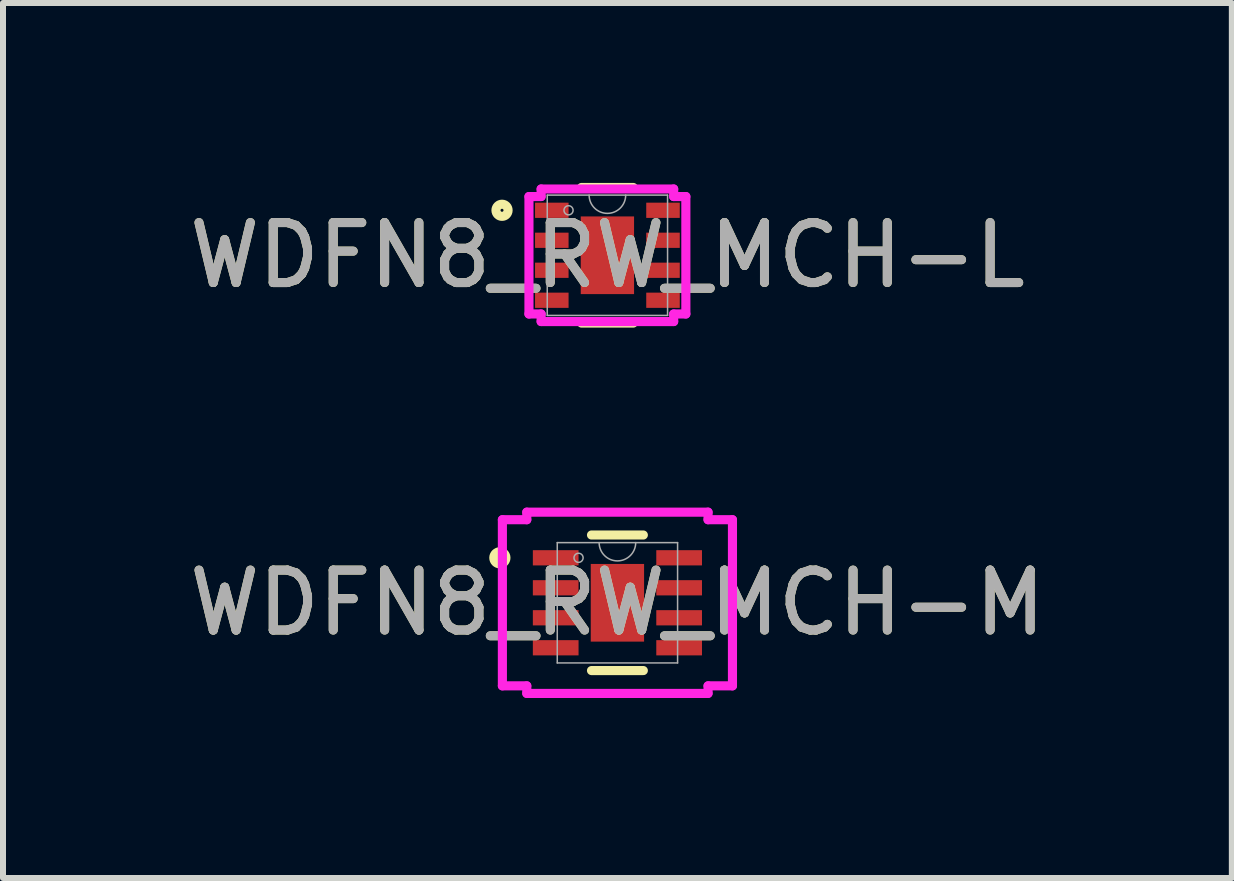
<source format=kicad_pcb>
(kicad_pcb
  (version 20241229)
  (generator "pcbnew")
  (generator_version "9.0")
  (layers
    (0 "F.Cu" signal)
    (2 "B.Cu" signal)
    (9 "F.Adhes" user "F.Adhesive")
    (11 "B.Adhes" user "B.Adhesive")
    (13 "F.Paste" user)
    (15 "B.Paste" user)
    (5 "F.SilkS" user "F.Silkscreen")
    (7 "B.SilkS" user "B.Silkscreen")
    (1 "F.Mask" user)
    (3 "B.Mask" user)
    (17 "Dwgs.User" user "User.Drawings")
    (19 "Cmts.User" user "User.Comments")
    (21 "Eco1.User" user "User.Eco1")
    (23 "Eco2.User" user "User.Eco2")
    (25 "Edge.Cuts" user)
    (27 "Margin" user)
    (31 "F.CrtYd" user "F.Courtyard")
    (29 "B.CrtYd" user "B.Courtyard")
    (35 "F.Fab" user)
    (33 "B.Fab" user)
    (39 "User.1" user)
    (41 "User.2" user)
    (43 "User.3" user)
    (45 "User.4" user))
  (footprint "WDFN8_RW_MCH-L"
    (layer "F.Cu")
    (at 7.077 1.206)
    (property "Reference" "WDFN8_RW_MCH-L" (at 0 0 0) (unlocked yes) (layer "F.SilkS") (effects (font (size 1 1) (thickness 0.15))))
    (attr smd)
    (fp_line (start -0.432 1.13) (end 0.432 1.13) (stroke (width 0.152) (type solid)) (layer "F.SilkS"))
    (fp_line (start 0.432 -1.13) (end -0.432 -1.13) (stroke (width 0.152) (type solid)) (layer "F.SilkS"))
    (fp_circle (center -1.757 -0.75) (end -1.656 -0.75) (stroke (width 0.152) (type solid)) (fill no) (layer "F.SilkS"))
    (fp_line (start -1.308 -0.979) (end -1.105 -0.979) (stroke (width 0.152) (type solid)) (layer "F.CrtYd"))
    (fp_line (start -1.308 0.979) (end -1.308 -0.979) (stroke (width 0.152) (type solid)) (layer "F.CrtYd"))
    (fp_line (start -1.308 0.979) (end -1.105 0.979) (stroke (width 0.152) (type solid)) (layer "F.CrtYd"))
    (fp_line (start -1.105 -1.105) (end 1.105 -1.105) (stroke (width 0.152) (type solid)) (layer "F.CrtYd"))
    (fp_line (start -1.105 -0.979) (end -1.105 -1.105) (stroke (width 0.152) (type solid)) (layer "F.CrtYd"))
    (fp_line (start -1.105 1.105) (end -1.105 0.979) (stroke (width 0.152) (type solid)) (layer "F.CrtYd"))
    (fp_line (start 1.105 -1.105) (end 1.105 -0.979) (stroke (width 0.152) (type solid)) (layer "F.CrtYd"))
    (fp_line (start 1.105 0.979) (end 1.105 1.105) (stroke (width 0.152) (type solid)) (layer "F.CrtYd"))
    (fp_line (start 1.105 1.105) (end -1.105 1.105) (stroke (width 0.152) (type solid)) (layer "F.CrtYd"))
    (fp_line (start 1.308 -0.979) (end 1.105 -0.979) (stroke (width 0.152) (type solid)) (layer "F.CrtYd"))
    (fp_line (start 1.308 -0.979) (end 1.308 0.979) (stroke (width 0.152) (type solid)) (layer "F.CrtYd"))
    (fp_line (start 1.308 0.979) (end 1.105 0.979) (stroke (width 0.152) (type solid)) (layer "F.CrtYd"))
    (fp_line (start -1.003 -1.003) (end -1.003 1.003) (stroke (width 0.025) (type solid)) (layer "F.Fab"))
    (fp_line (start -1.003 1.003) (end 1.003 1.003) (stroke (width 0.025) (type solid)) (layer "F.Fab"))
    (fp_line (start 1.003 -1.003) (end -1.003 -1.003) (stroke (width 0.025) (type solid)) (layer "F.Fab"))
    (fp_line (start 1.003 1.003) (end 1.003 -1.003) (stroke (width 0.025) (type solid)) (layer "F.Fab"))
    (fp_arc (start 0.3048 -1.0033) (mid 0 -0.6985) (end -0.3048 -1.0033) (stroke (width 0.0254) (type solid)) (layer "F.Fab"))
    (fp_circle (center -0.648 -0.75) (end -0.572 -0.75) (stroke (width 0.025) (type solid)) (fill no) (layer "F.Fab"))
    (fp_text user "${REFERENCE}" (at 0 0 0) (unlocked yes) (layer "F.Fab") (effects (font (size 1 1) (thickness 0.15))))
    (pad "1" smd rect (at -0.927 -0.75) (size 0.559 0.254) (layers "F.Cu" "F.Mask" "F.Paste"))
    (pad "2" smd rect (at -0.927 -0.25) (size 0.559 0.254) (layers "F.Cu" "F.Mask" "F.Paste"))
    (pad "3" smd rect (at -0.927 0.25) (size 0.559 0.254) (layers "F.Cu" "F.Mask" "F.Paste"))
    (pad "4" smd rect (at -0.927 0.75) (size 0.559 0.254) (layers "F.Cu" "F.Mask" "F.Paste"))
    (pad "5" smd rect (at 0.927 0.75) (size 0.559 0.254) (layers "F.Cu" "F.Mask" "F.Paste"))
    (pad "6" smd rect (at 0.927 0.25) (size 0.559 0.254) (layers "F.Cu" "F.Mask" "F.Paste"))
    (pad "7" smd rect (at 0.927 -0.25) (size 0.559 0.254) (layers "F.Cu" "F.Mask" "F.Paste"))
    (pad "8" smd rect (at 0.927 -0.75) (size 0.559 0.254) (layers "F.Cu" "F.Mask" "F.Paste"))
    (pad "9" smd rect (at 0 0) (size 0.889 1.295) (layers "F.Cu" "F.Mask" "F.Paste")))
  (footprint "WDFN8_RW_MCH-M"
    (layer "F.Cu")
    (at 7.244 7)
    (property "Reference" "WDFN8_RW_MCH-M" (at 0 0 0) (unlocked yes) (layer "F.SilkS") (effects (font (size 1 1) (thickness 0.15))))
    (attr smd)
    (fp_line (start -0.432 1.13) (end 0.432 1.13) (stroke (width 0.152) (type solid)) (layer "F.SilkS"))
    (fp_line (start 0.432 -1.13) (end -0.432 -1.13) (stroke (width 0.152) (type solid)) (layer "F.SilkS"))
    (fp_circle (center -1.96 -0.75) (end -1.859 -0.75) (stroke (width 0.152) (type solid)) (fill no) (layer "F.SilkS"))
    (fp_line (start -1.918 -1.385) (end -1.511 -1.385) (stroke (width 0.152) (type solid)) (layer "F.CrtYd"))
    (fp_line (start -1.918 1.385) (end -1.918 -1.385) (stroke (width 0.152) (type solid)) (layer "F.CrtYd"))
    (fp_line (start -1.918 1.385) (end -1.511 1.385) (stroke (width 0.152) (type solid)) (layer "F.CrtYd"))
    (fp_line (start -1.511 -1.511) (end 1.511 -1.511) (stroke (width 0.152) (type solid)) (layer "F.CrtYd"))
    (fp_line (start -1.511 -1.385) (end -1.511 -1.511) (stroke (width 0.152) (type solid)) (layer "F.CrtYd"))
    (fp_line (start -1.511 1.511) (end -1.511 1.385) (stroke (width 0.152) (type solid)) (layer "F.CrtYd"))
    (fp_line (start 1.511 -1.511) (end 1.511 -1.385) (stroke (width 0.152) (type solid)) (layer "F.CrtYd"))
    (fp_line (start 1.511 1.385) (end 1.511 1.511) (stroke (width 0.152) (type solid)) (layer "F.CrtYd"))
    (fp_line (start 1.511 1.511) (end -1.511 1.511) (stroke (width 0.152) (type solid)) (layer "F.CrtYd"))
    (fp_line (start 1.918 -1.385) (end 1.511 -1.385) (stroke (width 0.152) (type solid)) (layer "F.CrtYd"))
    (fp_line (start 1.918 -1.385) (end 1.918 1.385) (stroke (width 0.152) (type solid)) (layer "F.CrtYd"))
    (fp_line (start 1.918 1.385) (end 1.511 1.385) (stroke (width 0.152) (type solid)) (layer "F.CrtYd"))
    (fp_line (start -1.003 -1.003) (end -1.003 1.003) (stroke (width 0.025) (type solid)) (layer "F.Fab"))
    (fp_line (start -1.003 1.003) (end 1.003 1.003) (stroke (width 0.025) (type solid)) (layer "F.Fab"))
    (fp_line (start 1.003 -1.003) (end -1.003 -1.003) (stroke (width 0.025) (type solid)) (layer "F.Fab"))
    (fp_line (start 1.003 1.003) (end 1.003 -1.003) (stroke (width 0.025) (type solid)) (layer "F.Fab"))
    (fp_arc (start 0.3048 -1.0033) (mid 0 -0.6985) (end -0.3048 -1.0033) (stroke (width 0.0254) (type solid)) (layer "F.Fab"))
    (fp_circle (center -0.648 -0.75) (end -0.572 -0.75) (stroke (width 0.025) (type solid)) (fill no) (layer "F.Fab"))
    (fp_text user "${REFERENCE}" (at 0 0 0) (unlocked yes) (layer "F.Fab") (effects (font (size 1 1) (thickness 0.15))))
    (pad "1" smd rect (at -1.029 -0.75) (size 0.762 0.254) (layers "F.Cu" "F.Mask" "F.Paste"))
    (pad "2" smd rect (at -1.029 -0.25) (size 0.762 0.254) (layers "F.Cu" "F.Mask" "F.Paste"))
    (pad "3" smd rect (at -1.029 0.25) (size 0.762 0.254) (layers "F.Cu" "F.Mask" "F.Paste"))
    (pad "4" smd rect (at -1.029 0.75) (size 0.762 0.254) (layers "F.Cu" "F.Mask" "F.Paste"))
    (pad "5" smd rect (at 1.029 0.75) (size 0.762 0.254) (layers "F.Cu" "F.Mask" "F.Paste"))
    (pad "6" smd rect (at 1.029 0.25) (size 0.762 0.254) (layers "F.Cu" "F.Mask" "F.Paste"))
    (pad "7" smd rect (at 1.029 -0.25) (size 0.762 0.254) (layers "F.Cu" "F.Mask" "F.Paste"))
    (pad "8" smd rect (at 1.029 -0.75) (size 0.762 0.254) (layers "F.Cu" "F.Mask" "F.Paste"))
    (pad "9" smd rect (at 0 0) (size 0.889 1.295) (layers "F.Cu" "F.Mask" "F.Paste")))
  (gr_rect
    (start -3 -3)
    (end 17.488 11.588)
    (stroke (width 0.1) (type default))
    (fill no)
    (layer "Edge.Cuts")))
</source>
